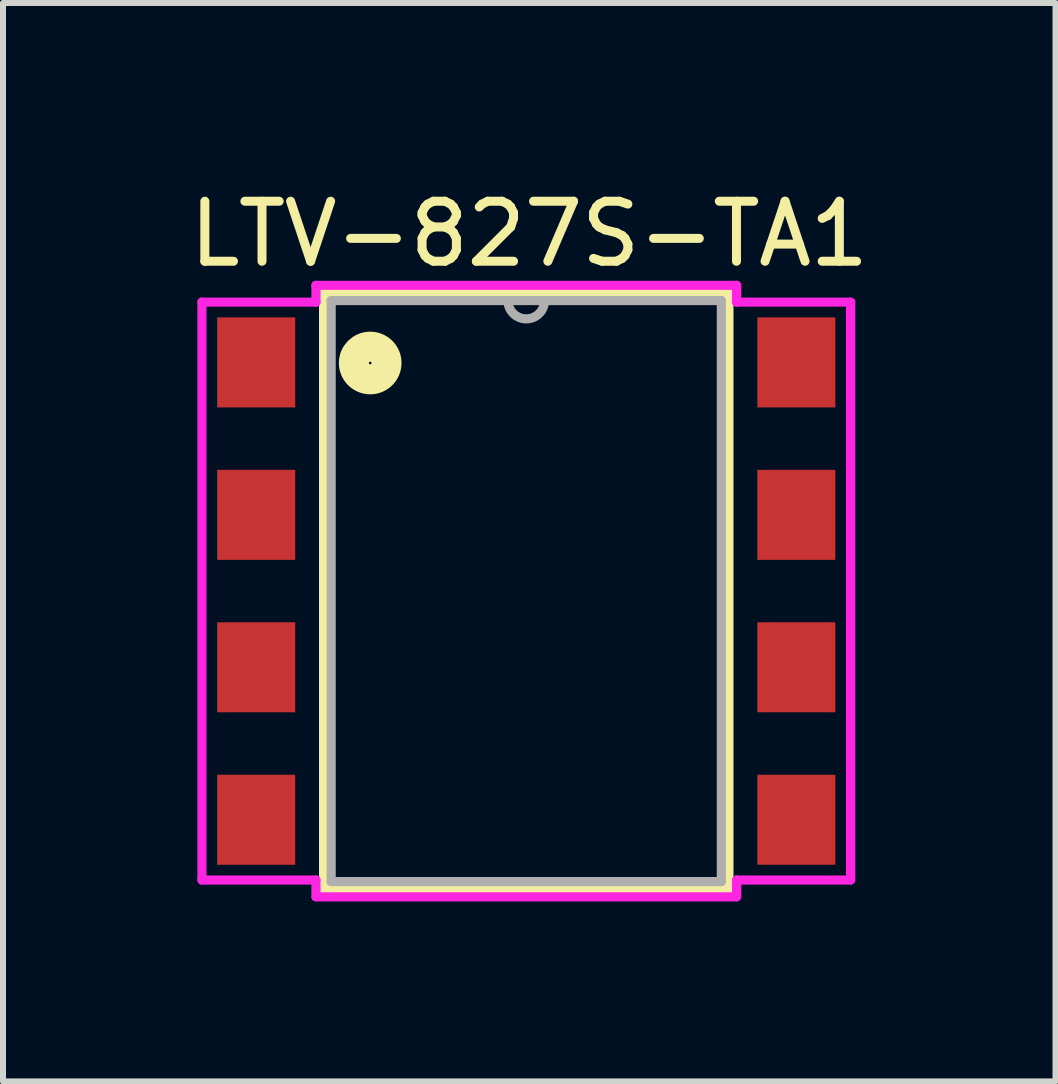
<source format=kicad_pcb>
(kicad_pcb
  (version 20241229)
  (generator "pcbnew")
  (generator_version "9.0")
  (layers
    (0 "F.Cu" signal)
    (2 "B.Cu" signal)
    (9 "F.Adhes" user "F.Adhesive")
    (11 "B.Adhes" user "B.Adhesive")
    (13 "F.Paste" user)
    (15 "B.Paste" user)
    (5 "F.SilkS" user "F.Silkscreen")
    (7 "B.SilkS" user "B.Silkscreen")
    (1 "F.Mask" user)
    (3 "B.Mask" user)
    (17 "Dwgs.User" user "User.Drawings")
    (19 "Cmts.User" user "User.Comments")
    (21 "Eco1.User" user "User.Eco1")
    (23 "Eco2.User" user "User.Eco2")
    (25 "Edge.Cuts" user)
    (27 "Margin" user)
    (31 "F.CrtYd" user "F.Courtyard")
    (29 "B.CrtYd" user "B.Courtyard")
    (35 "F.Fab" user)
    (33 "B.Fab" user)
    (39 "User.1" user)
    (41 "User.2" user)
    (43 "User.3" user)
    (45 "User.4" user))
  (footprint "LTV-827S-TA1"
    (layer "F.Cu")
    (at 5.718 6.798)
    (property "Reference" "LTV-827S-TA1" (at 0.05 -5.95 0) (layer "F.SilkS") (effects (font (size 1 1) (thickness 0.15))))
    (attr through_hole)
    (fp_line (start -3.377 -4.967) (end -3.377 4.967) (stroke (width 0.152) (type solid)) (layer "F.SilkS"))
    (fp_line (start -3.377 4.967) (end 3.377 4.967) (stroke (width 0.152) (type solid)) (layer "F.SilkS"))
    (fp_line (start 3.377 -4.967) (end -3.377 -4.967) (stroke (width 0.152) (type solid)) (layer "F.SilkS"))
    (fp_line (start 3.377 4.967) (end 3.377 -4.967) (stroke (width 0.152) (type solid)) (layer "F.SilkS"))
    (fp_circle (center -2.6 -3.8) (end -2.328 -3.8) (stroke (width 0.5) (type solid)) (fill no) (layer "F.SilkS"))
    (fp_line (start -5.404 -4.814) (end -3.504 -4.814) (stroke (width 0.152) (type solid)) (layer "F.CrtYd"))
    (fp_line (start -5.404 4.814) (end -5.404 -4.814) (stroke (width 0.152) (type solid)) (layer "F.CrtYd"))
    (fp_line (start -3.504 -5.094) (end 3.504 -5.094) (stroke (width 0.152) (type solid)) (layer "F.CrtYd"))
    (fp_line (start -3.504 -4.814) (end -3.504 -5.094) (stroke (width 0.152) (type solid)) (layer "F.CrtYd"))
    (fp_line (start -3.504 4.814) (end -5.404 4.814) (stroke (width 0.152) (type solid)) (layer "F.CrtYd"))
    (fp_line (start -3.504 5.094) (end -3.504 4.814) (stroke (width 0.152) (type solid)) (layer "F.CrtYd"))
    (fp_line (start 3.504 -5.094) (end 3.504 -4.814) (stroke (width 0.152) (type solid)) (layer "F.CrtYd"))
    (fp_line (start 3.504 -4.814) (end 5.404 -4.814) (stroke (width 0.152) (type solid)) (layer "F.CrtYd"))
    (fp_line (start 3.504 4.814) (end 3.504 5.094) (stroke (width 0.152) (type solid)) (layer "F.CrtYd"))
    (fp_line (start 3.504 5.094) (end -3.504 5.094) (stroke (width 0.152) (type solid)) (layer "F.CrtYd"))
    (fp_line (start 5.404 -4.814) (end 5.404 4.814) (stroke (width 0.152) (type solid)) (layer "F.CrtYd"))
    (fp_line (start 5.404 4.814) (end 3.504 4.814) (stroke (width 0.152) (type solid)) (layer "F.CrtYd"))
    (fp_line (start -3.25 -4.84) (end -3.25 4.84) (stroke (width 0.152) (type solid)) (layer "F.Fab"))
    (fp_line (start -3.25 4.84) (end 3.25 4.84) (stroke (width 0.152) (type solid)) (layer "F.Fab"))
    (fp_line (start 3.25 -4.84) (end -3.25 -4.84) (stroke (width 0.152) (type solid)) (layer "F.Fab"))
    (fp_line (start 3.25 4.84) (end 3.25 -4.84) (stroke (width 0.152) (type solid)) (layer "F.Fab"))
    (fp_arc (start 0.3048 -4.84) (mid 0 -4.5352) (end -0.3048 -4.84) (stroke (width 0.1524) (type solid)) (layer "F.Fab"))
    (pad "1" smd rect (at -4.5 -3.81) (size 1.3 1.5) (layers "F.Cu" "F.Mask" "F.Paste"))
    (pad "2" smd rect (at -4.5 -1.27) (size 1.3 1.5) (layers "F.Cu" "F.Mask" "F.Paste"))
    (pad "3" smd rect (at -4.5 1.27) (size 1.3 1.5) (layers "F.Cu" "F.Mask" "F.Paste"))
    (pad "4" smd rect (at -4.5 3.81) (size 1.3 1.5) (layers "F.Cu" "F.Mask" "F.Paste"))
    (pad "5" smd rect (at 4.5 3.81) (size 1.3 1.5) (layers "F.Cu" "F.Mask" "F.Paste"))
    (pad "6" smd rect (at 4.5 1.27) (size 1.3 1.5) (layers "F.Cu" "F.Mask" "F.Paste"))
    (pad "7" smd rect (at 4.5 -1.27) (size 1.3 1.5) (layers "F.Cu" "F.Mask" "F.Paste"))
    (pad "8" smd rect (at 4.5 -3.81) (size 1.3 1.5) (layers "F.Cu" "F.Mask" "F.Paste")))
  (gr_rect
    (start -3 -3)
    (end 14.536 14.968)
    (stroke (width 0.1) (type default))
    (fill no)
    (layer "Edge.Cuts")))
</source>
